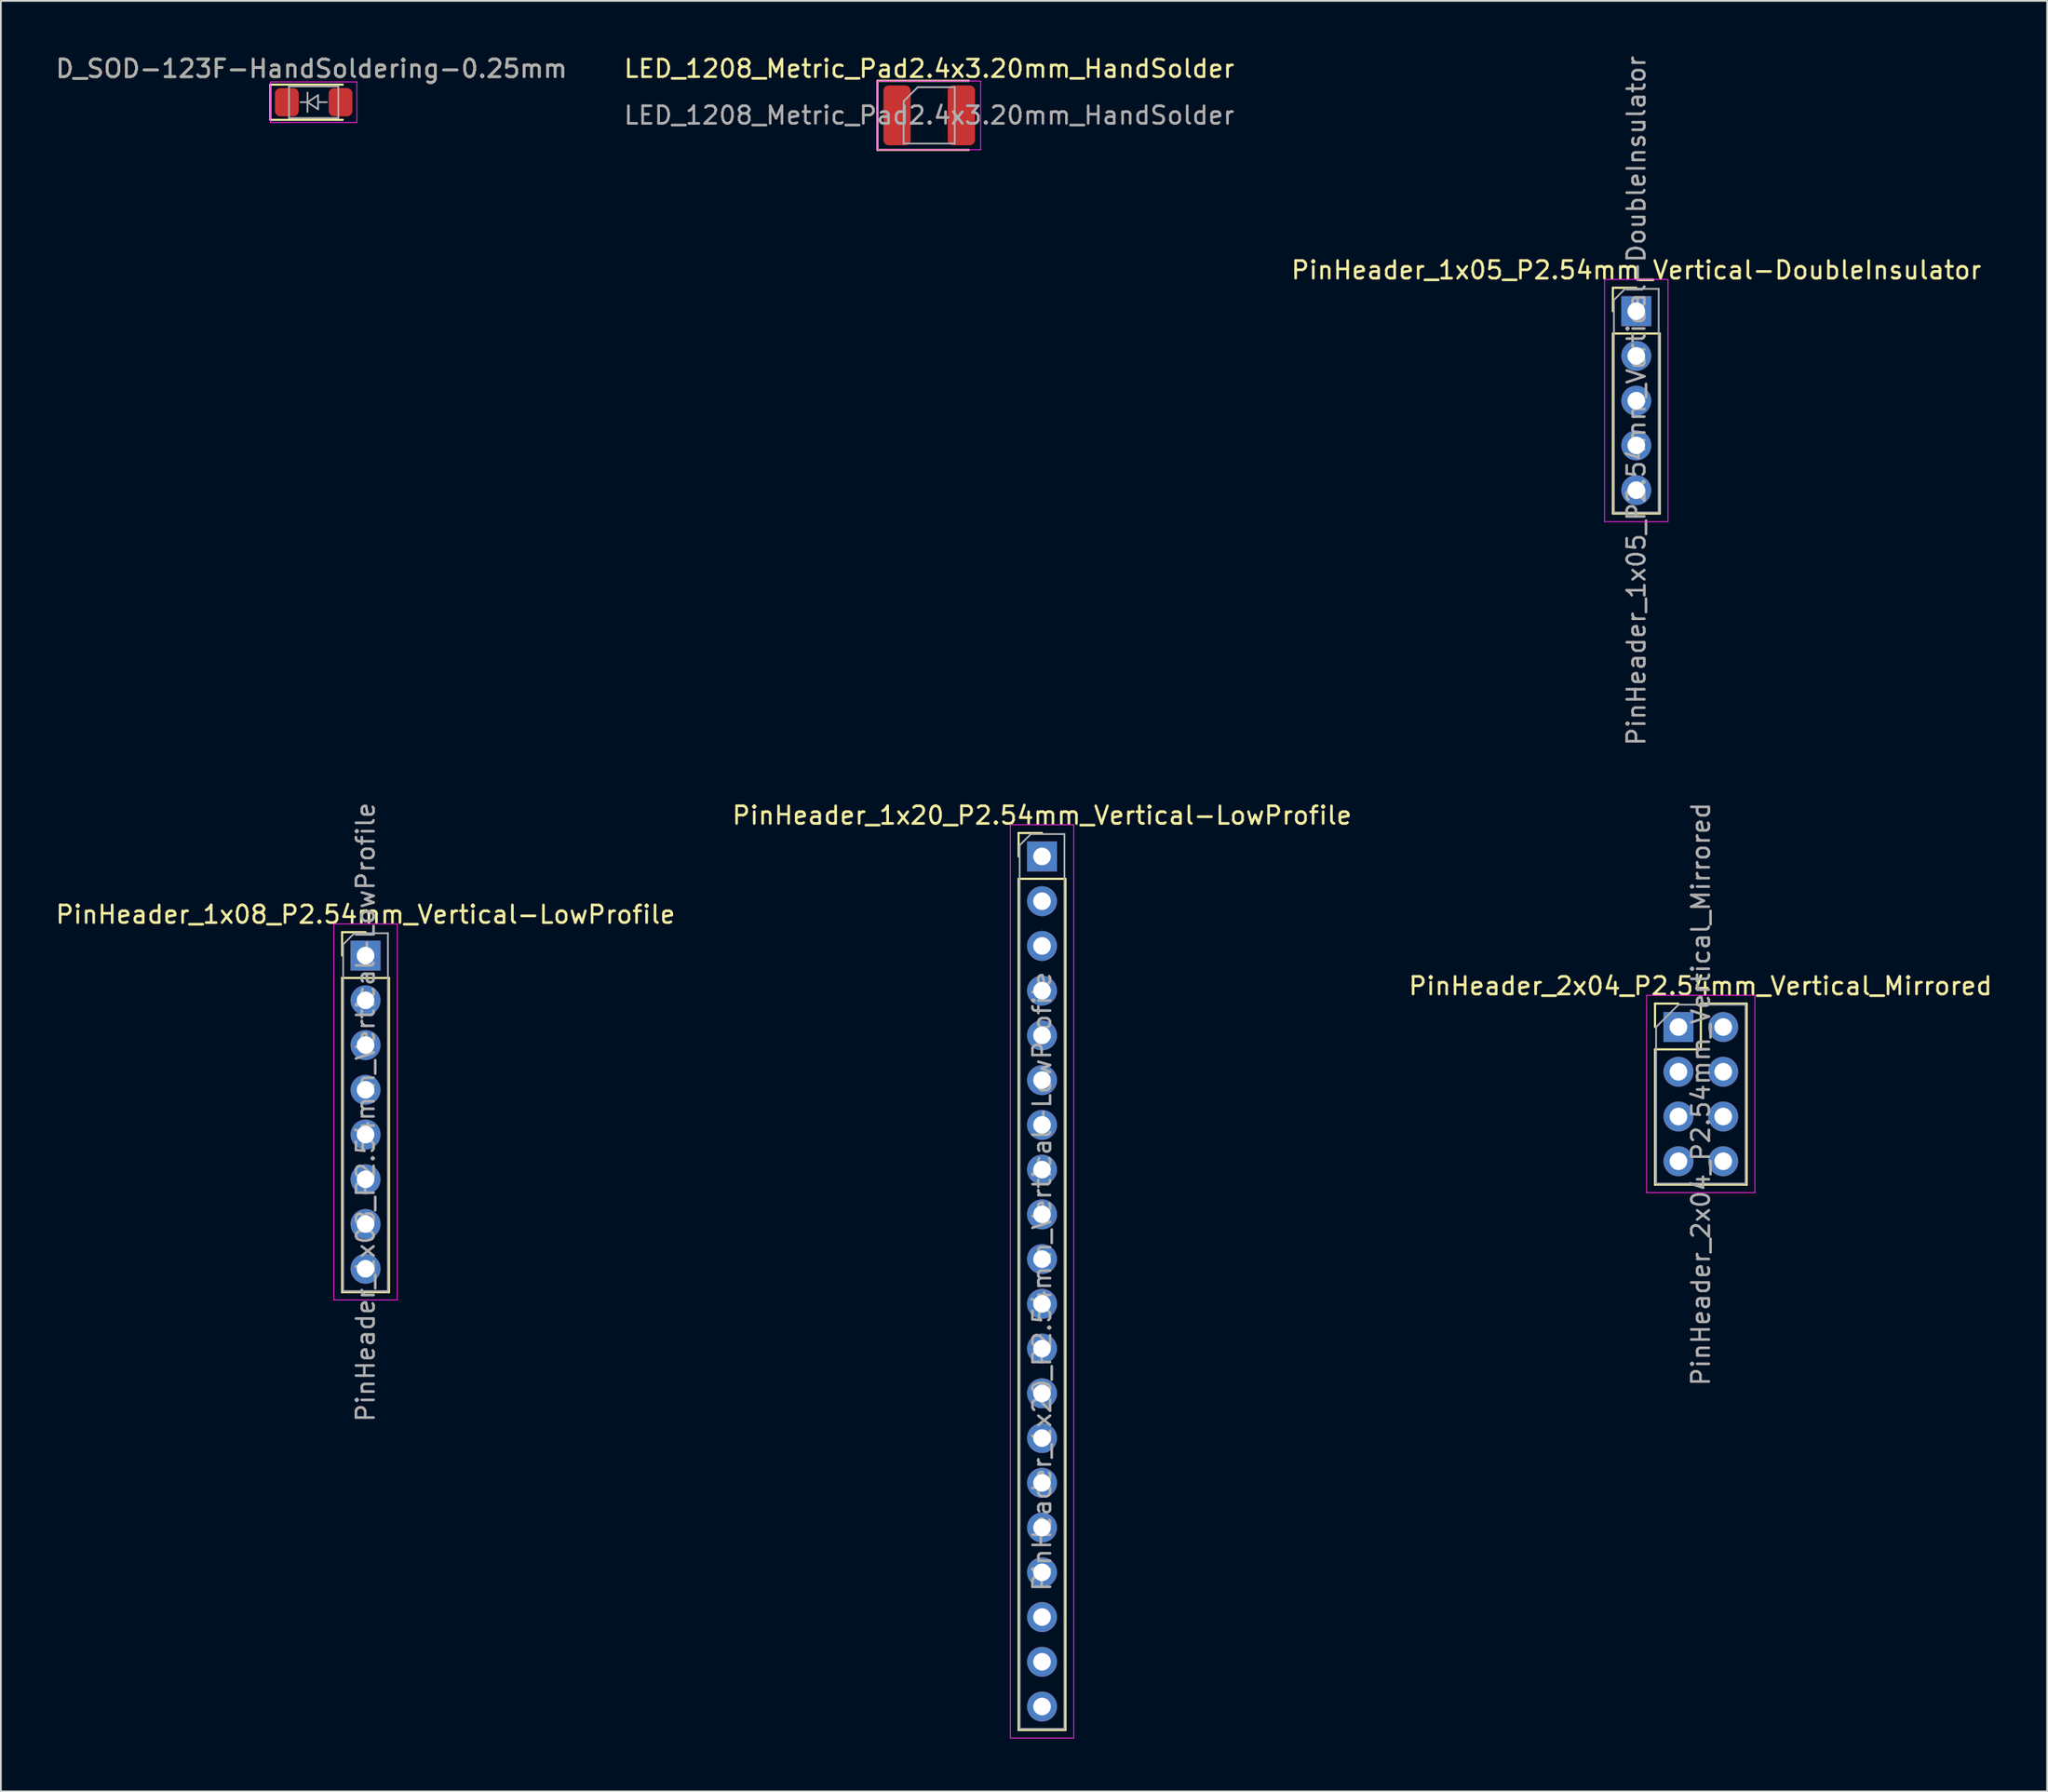
<source format=kicad_pcb>
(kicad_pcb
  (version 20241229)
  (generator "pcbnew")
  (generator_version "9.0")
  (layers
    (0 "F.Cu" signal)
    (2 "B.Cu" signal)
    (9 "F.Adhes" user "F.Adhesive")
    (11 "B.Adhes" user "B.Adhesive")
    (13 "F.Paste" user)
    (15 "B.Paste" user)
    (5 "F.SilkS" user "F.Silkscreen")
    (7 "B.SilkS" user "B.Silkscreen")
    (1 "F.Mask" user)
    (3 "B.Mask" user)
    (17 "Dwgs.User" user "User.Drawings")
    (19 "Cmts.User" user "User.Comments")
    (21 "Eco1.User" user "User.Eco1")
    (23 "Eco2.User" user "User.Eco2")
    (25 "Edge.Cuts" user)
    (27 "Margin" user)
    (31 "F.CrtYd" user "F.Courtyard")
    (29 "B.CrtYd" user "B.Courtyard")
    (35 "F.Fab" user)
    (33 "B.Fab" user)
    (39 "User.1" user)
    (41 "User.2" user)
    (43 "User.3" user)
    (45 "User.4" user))
  (footprint "LED_1208_Metric_Pad2.4x3.20mm_HandSolder"
    (layer "F.Cu")
    (at 49.685 3.498)
    (property "Reference" "LED_1208_Metric_Pad2.4x3.20mm_HandSolder" (at 0 -2.65 0) (layer "F.SilkS") (effects (font (size 1 1) (thickness 0.15))))
    (attr smd)
    (fp_line (start -2.935 -1.96) (end -2.935 1.96) (stroke (width 0.12) (type solid)) (layer "F.SilkS"))
    (fp_line (start -2.935 1.96) (end 2.25 1.96) (stroke (width 0.12) (type solid)) (layer "F.SilkS"))
    (fp_line (start 2.25 -1.96) (end -2.935 -1.96) (stroke (width 0.12) (type solid)) (layer "F.SilkS"))
    (fp_line (start -2.92 -1.95) (end 2.92 -1.95) (stroke (width 0.05) (type solid)) (layer "F.CrtYd"))
    (fp_line (start -2.92 1.95) (end -2.92 -1.95) (stroke (width 0.05) (type solid)) (layer "F.CrtYd"))
    (fp_line (start 2.92 -1.95) (end 2.92 1.95) (stroke (width 0.05) (type solid)) (layer "F.CrtYd"))
    (fp_line (start 2.92 1.95) (end -2.92 1.95) (stroke (width 0.05) (type solid)) (layer "F.CrtYd"))
    (fp_line (start -1.45 -0.8) (end -1.45 1.6) (stroke (width 0.1) (type solid)) (layer "F.Fab"))
    (fp_line (start -1.45 1.6) (end 1.45 1.6) (stroke (width 0.1) (type solid)) (layer "F.Fab"))
    (fp_line (start -0.65 -1.6) (end -1.45 -0.8) (stroke (width 0.1) (type solid)) (layer "F.Fab"))
    (fp_line (start 1.45 -1.6) (end -0.65 -1.6) (stroke (width 0.1) (type solid)) (layer "F.Fab"))
    (fp_line (start 1.45 1.6) (end 1.45 -1.6) (stroke (width 0.1) (type solid)) (layer "F.Fab"))
    (fp_text user "${REFERENCE}" (at 0 0 0) (layer "F.Fab") (effects (font (size 1 1) (thickness 0.15))))
    (pad "1" smd roundrect (at -1.825 0) (size 1.55 3.4) (layers "F.Cu" "F.Mask" "F.Paste") (roundrect_rratio 0.192))
    (pad "2" smd roundrect (at 1.825 0) (size 1.55 3.4) (layers "F.Cu" "F.Mask" "F.Paste") (roundrect_rratio 0.192)))
  (footprint "D_SOD-123F-HandSoldering-0.25mm"
    (layer "F.Cu")
    (at 14.752 2.753)
    (property "Reference" "D_SOD-123F-HandSoldering-0.25mm" (at -0.127 -1.905 0) (layer "F.SilkS") (effects (font (size 1 1) (thickness 0.15))))
    (attr smd)
    (fp_line (start -2.46 -1) (end -2.46 1) (stroke (width 0.12) (type solid)) (layer "F.SilkS"))
    (fp_line (start -2.46 -1) (end 1.65 -1) (stroke (width 0.12) (type solid)) (layer "F.SilkS"))
    (fp_line (start -2.46 1) (end 1.65 1) (stroke (width 0.12) (type solid)) (layer "F.SilkS"))
    (fp_line (start -2.45 -1.15) (end -2.45 1.15) (stroke (width 0.05) (type solid)) (layer "F.CrtYd"))
    (fp_line (start -2.45 -1.15) (end 2.45 -1.15) (stroke (width 0.05) (type solid)) (layer "F.CrtYd"))
    (fp_line (start 2.45 -1.15) (end 2.45 1.15) (stroke (width 0.05) (type solid)) (layer "F.CrtYd"))
    (fp_line (start 2.45 1.15) (end -2.45 1.15) (stroke (width 0.05) (type solid)) (layer "F.CrtYd"))
    (fp_line (start -1.4 -0.9) (end 1.4 -0.9) (stroke (width 0.1) (type solid)) (layer "F.Fab"))
    (fp_line (start -1.4 0.9) (end -1.4 -0.9) (stroke (width 0.1) (type solid)) (layer "F.Fab"))
    (fp_line (start -0.75 0) (end -0.35 0) (stroke (width 0.1) (type solid)) (layer "F.Fab"))
    (fp_line (start -0.35 0) (end -0.35 -0.55) (stroke (width 0.1) (type solid)) (layer "F.Fab"))
    (fp_line (start -0.35 0) (end -0.35 0.55) (stroke (width 0.1) (type solid)) (layer "F.Fab"))
    (fp_line (start -0.35 0) (end 0.25 -0.4) (stroke (width 0.1) (type solid)) (layer "F.Fab"))
    (fp_line (start 0.25 -0.4) (end 0.25 0.4) (stroke (width 0.1) (type solid)) (layer "F.Fab"))
    (fp_line (start 0.25 0) (end 0.75 0) (stroke (width 0.1) (type solid)) (layer "F.Fab"))
    (fp_line (start 0.25 0.4) (end -0.35 0) (stroke (width 0.1) (type solid)) (layer "F.Fab"))
    (fp_line (start 1.4 -0.9) (end 1.4 0.9) (stroke (width 0.1) (type solid)) (layer "F.Fab"))
    (fp_line (start 1.4 0.9) (end -1.4 0.9) (stroke (width 0.1) (type solid)) (layer "F.Fab"))
    (fp_text user "${REFERENCE}" (at -0.127 -1.905 0) (layer "F.Fab") (effects (font (size 1 1) (thickness 0.15))))
    (pad "1" smd roundrect (at -1.525 0) (size 1.35 1.6) (layers "F.Cu" "F.Mask" "F.Paste") (roundrect_rratio 0.227))
    (pad "2" smd roundrect (at 1.525 0) (size 1.35 1.6) (layers "F.Cu" "F.Mask" "F.Paste") (roundrect_rratio 0.227)))
  (footprint "PinHeader_2x04_P2.54mm_Vertical_Mirrored"
    (layer "F.Cu")
    (at 92.188 55.255)
    (property "Reference" "PinHeader_2x04_P2.54mm_Vertical_Mirrored" (at 1.27 -2.33 0) (layer "F.SilkS") (effects (font (size 1 1) (thickness 0.15))))
    (attr through_hole)
    (fp_line (start -1.31 -1.33) (end 0.02 -1.33) (stroke (width 0.12) (type solid)) (layer "F.SilkS"))
    (fp_line (start -1.31 0) (end -1.31 -1.33) (stroke (width 0.12) (type solid)) (layer "F.SilkS"))
    (fp_line (start -1.31 1.27) (end -1.31 8.95) (stroke (width 0.12) (type solid)) (layer "F.SilkS"))
    (fp_line (start -1.31 1.27) (end 1.29 1.27) (stroke (width 0.12) (type solid)) (layer "F.SilkS"))
    (fp_line (start -1.31 8.95) (end 3.89 8.95) (stroke (width 0.12) (type solid)) (layer "F.SilkS"))
    (fp_line (start 1.29 -1.33) (end 3.89 -1.33) (stroke (width 0.12) (type solid)) (layer "F.SilkS"))
    (fp_line (start 1.29 1.27) (end 1.29 -1.33) (stroke (width 0.12) (type solid)) (layer "F.SilkS"))
    (fp_line (start 3.89 -1.33) (end 3.89 8.95) (stroke (width 0.12) (type solid)) (layer "F.SilkS"))
    (fp_line (start -1.79 -1.8) (end 4.36 -1.8) (stroke (width 0.05) (type solid)) (layer "F.CrtYd"))
    (fp_line (start -1.79 9.4) (end -1.79 -1.8) (stroke (width 0.05) (type solid)) (layer "F.CrtYd"))
    (fp_line (start 4.36 -1.8) (end 4.36 9.4) (stroke (width 0.05) (type solid)) (layer "F.CrtYd"))
    (fp_line (start 4.36 9.4) (end -1.79 9.4) (stroke (width 0.05) (type solid)) (layer "F.CrtYd"))
    (fp_line (start -1.25 0) (end 0.02 -1.27) (stroke (width 0.1) (type solid)) (layer "F.Fab"))
    (fp_line (start -1.25 8.89) (end -1.25 0) (stroke (width 0.1) (type solid)) (layer "F.Fab"))
    (fp_line (start 0.02 -1.27) (end 3.83 -1.27) (stroke (width 0.1) (type solid)) (layer "F.Fab"))
    (fp_line (start 3.83 -1.27) (end 3.83 8.89) (stroke (width 0.1) (type solid)) (layer "F.Fab"))
    (fp_line (start 3.83 8.89) (end -1.25 8.89) (stroke (width 0.1) (type solid)) (layer "F.Fab"))
    (fp_text user "${REFERENCE}" (at 1.29 3.81 90) (layer "F.Fab") (effects (font (size 1 1) (thickness 0.15))))
    (pad "1" thru_hole rect (at 0.02 0) (size 1.7 1.7) (drill 1) (layers "*.Cu" "*.Mask"))
    (pad "2" thru_hole oval (at 0.02 2.54) (size 1.7 1.7) (drill 1) (layers "*.Cu" "*.Mask"))
    (pad "3" thru_hole oval (at 0.02 5.08) (size 1.7 1.7) (drill 1) (layers "*.Cu" "*.Mask"))
    (pad "4" thru_hole oval (at 0.02 7.62) (size 1.7 1.7) (drill 1) (layers "*.Cu" "*.Mask"))
    (pad "5" thru_hole oval (at 2.56 0) (size 1.7 1.7) (drill 1) (layers "*.Cu" "*.Mask"))
    (pad "6" thru_hole oval (at 2.56 2.54) (size 1.7 1.7) (drill 1) (layers "*.Cu" "*.Mask"))
    (pad "7" thru_hole oval (at 2.56 5.08) (size 1.7 1.7) (drill 1) (layers "*.Cu" "*.Mask"))
    (pad "8" thru_hole oval (at 2.56 7.62) (size 1.7 1.7) (drill 1) (layers "*.Cu" "*.Mask")))
  (footprint "PinHeader_1x05_P2.54mm_Vertical-DoubleInsulator"
    (layer "F.Cu")
    (at 89.815 14.616)
    (property "Reference" "PinHeader_1x05_P2.54mm_Vertical-DoubleInsulator" (at 0 -2.33 0) (layer "F.SilkS") (effects (font (size 1 1) (thickness 0.15))))
    (attr through_hole)
    (fp_line (start -1.33 -1.33) (end 0 -1.33) (stroke (width 0.12) (type solid)) (layer "F.SilkS"))
    (fp_line (start -1.33 0) (end -1.33 -1.33) (stroke (width 0.12) (type solid)) (layer "F.SilkS"))
    (fp_line (start -1.33 1.27) (end -1.33 11.49) (stroke (width 0.12) (type solid)) (layer "F.SilkS"))
    (fp_line (start -1.33 1.27) (end 1.33 1.27) (stroke (width 0.12) (type solid)) (layer "F.SilkS"))
    (fp_line (start -1.33 11.49) (end 1.33 11.49) (stroke (width 0.12) (type solid)) (layer "F.SilkS"))
    (fp_line (start 1.33 1.27) (end 1.33 11.49) (stroke (width 0.12) (type solid)) (layer "F.SilkS"))
    (fp_line (start -1.8 -1.8) (end -1.8 11.95) (stroke (width 0.05) (type solid)) (layer "F.CrtYd"))
    (fp_line (start -1.8 11.95) (end 1.8 11.95) (stroke (width 0.05) (type solid)) (layer "F.CrtYd"))
    (fp_line (start 1.8 -1.8) (end -1.8 -1.8) (stroke (width 0.05) (type solid)) (layer "F.CrtYd"))
    (fp_line (start 1.8 11.95) (end 1.8 -1.8) (stroke (width 0.05) (type solid)) (layer "F.CrtYd"))
    (fp_line (start -1.27 -0.635) (end -0.635 -1.27) (stroke (width 0.1) (type solid)) (layer "F.Fab"))
    (fp_line (start -1.27 11.43) (end -1.27 -0.635) (stroke (width 0.1) (type solid)) (layer "F.Fab"))
    (fp_line (start -0.635 -1.27) (end 1.27 -1.27) (stroke (width 0.1) (type solid)) (layer "F.Fab"))
    (fp_line (start 1.27 -1.27) (end 1.27 11.43) (stroke (width 0.1) (type solid)) (layer "F.Fab"))
    (fp_line (start 1.27 11.43) (end -1.27 11.43) (stroke (width 0.1) (type solid)) (layer "F.Fab"))
    (fp_text user "${REFERENCE}" (at 0 5.08 90) (layer "F.Fab") (effects (font (size 1 1) (thickness 0.15))))
    (pad "1" thru_hole rect (at 0 0) (size 1.7 1.7) (drill 1) (layers "*.Cu" "*.Mask"))
    (pad "2" thru_hole oval (at 0 2.54) (size 1.7 1.7) (drill 1) (layers "*.Cu" "*.Mask"))
    (pad "3" thru_hole oval (at 0 5.08) (size 1.7 1.7) (drill 1) (layers "*.Cu" "*.Mask"))
    (pad "4" thru_hole oval (at 0 7.62) (size 1.7 1.7) (drill 1) (layers "*.Cu" "*.Mask"))
    (pad "5" thru_hole oval (at 0 10.16) (size 1.7 1.7) (drill 1) (layers "*.Cu" "*.Mask")))
  (footprint "PinHeader_1x20_P2.54mm_Vertical-LowProfile"
    (layer "F.Cu")
    (at 56.089 45.571)
    (property "Reference" "PinHeader_1x20_P2.54mm_Vertical-LowProfile" (at 0 -2.33 0) (layer "F.SilkS") (effects (font (size 1 1) (thickness 0.15))))
    (attr through_hole)
    (fp_line (start -1.33 -1.33) (end 0 -1.33) (stroke (width 0.12) (type solid)) (layer "F.SilkS"))
    (fp_line (start -1.33 0) (end -1.33 -1.33) (stroke (width 0.12) (type solid)) (layer "F.SilkS"))
    (fp_line (start -1.33 1.27) (end -1.33 49.59) (stroke (width 0.12) (type solid)) (layer "F.SilkS"))
    (fp_line (start -1.33 1.27) (end 1.33 1.27) (stroke (width 0.12) (type solid)) (layer "F.SilkS"))
    (fp_line (start -1.33 49.59) (end 1.33 49.59) (stroke (width 0.12) (type solid)) (layer "F.SilkS"))
    (fp_line (start 1.33 1.27) (end 1.33 49.59) (stroke (width 0.12) (type solid)) (layer "F.SilkS"))
    (fp_line (start -1.8 -1.8) (end -1.8 50.05) (stroke (width 0.05) (type solid)) (layer "F.CrtYd"))
    (fp_line (start -1.8 50.05) (end 1.8 50.05) (stroke (width 0.05) (type solid)) (layer "F.CrtYd"))
    (fp_line (start 1.8 -1.8) (end -1.8 -1.8) (stroke (width 0.05) (type solid)) (layer "F.CrtYd"))
    (fp_line (start 1.8 50.05) (end 1.8 -1.8) (stroke (width 0.05) (type solid)) (layer "F.CrtYd"))
    (fp_line (start -1.27 -0.635) (end -0.635 -1.27) (stroke (width 0.1) (type solid)) (layer "F.Fab"))
    (fp_line (start -1.27 49.53) (end -1.27 -0.635) (stroke (width 0.1) (type solid)) (layer "F.Fab"))
    (fp_line (start -0.635 -1.27) (end 1.27 -1.27) (stroke (width 0.1) (type solid)) (layer "F.Fab"))
    (fp_line (start 1.27 -1.27) (end 1.27 49.53) (stroke (width 0.1) (type solid)) (layer "F.Fab"))
    (fp_line (start 1.27 49.53) (end -1.27 49.53) (stroke (width 0.1) (type solid)) (layer "F.Fab"))
    (fp_text user "${REFERENCE}" (at 0 24.13 90) (layer "F.Fab") (effects (font (size 1 1) (thickness 0.15))))
    (pad "1" thru_hole rect (at 0 0) (size 1.7 1.7) (drill 1) (layers "*.Cu" "*.Mask"))
    (pad "2" thru_hole oval (at 0 2.54) (size 1.7 1.7) (drill 1) (layers "*.Cu" "*.Mask"))
    (pad "3" thru_hole oval (at 0 5.08) (size 1.7 1.7) (drill 1) (layers "*.Cu" "*.Mask"))
    (pad "4" thru_hole oval (at 0 7.62) (size 1.7 1.7) (drill 1) (layers "*.Cu" "*.Mask"))
    (pad "5" thru_hole oval (at 0 10.16) (size 1.7 1.7) (drill 1) (layers "*.Cu" "*.Mask"))
    (pad "6" thru_hole oval (at 0 12.7) (size 1.7 1.7) (drill 1) (layers "*.Cu" "*.Mask"))
    (pad "7" thru_hole oval (at 0 15.24) (size 1.7 1.7) (drill 1) (layers "*.Cu" "*.Mask"))
    (pad "8" thru_hole oval (at 0 17.78) (size 1.7 1.7) (drill 1) (layers "*.Cu" "*.Mask"))
    (pad "9" thru_hole oval (at 0 20.32) (size 1.7 1.7) (drill 1) (layers "*.Cu" "*.Mask"))
    (pad "10" thru_hole oval (at 0 22.86) (size 1.7 1.7) (drill 1) (layers "*.Cu" "*.Mask"))
    (pad "11" thru_hole oval (at 0 25.4) (size 1.7 1.7) (drill 1) (layers "*.Cu" "*.Mask"))
    (pad "12" thru_hole oval (at 0 27.94) (size 1.7 1.7) (drill 1) (layers "*.Cu" "*.Mask"))
    (pad "13" thru_hole oval (at 0 30.48) (size 1.7 1.7) (drill 1) (layers "*.Cu" "*.Mask"))
    (pad "14" thru_hole oval (at 0 33.02) (size 1.7 1.7) (drill 1) (layers "*.Cu" "*.Mask"))
    (pad "15" thru_hole oval (at 0 35.56) (size 1.7 1.7) (drill 1) (layers "*.Cu" "*.Mask"))
    (pad "16" thru_hole oval (at 0 38.1) (size 1.7 1.7) (drill 1) (layers "*.Cu" "*.Mask"))
    (pad "17" thru_hole oval (at 0 40.64) (size 1.7 1.7) (drill 1) (layers "*.Cu" "*.Mask"))
    (pad "18" thru_hole oval (at 0 43.18) (size 1.7 1.7) (drill 1) (layers "*.Cu" "*.Mask"))
    (pad "19" thru_hole oval (at 0 45.72) (size 1.7 1.7) (drill 1) (layers "*.Cu" "*.Mask"))
    (pad "20" thru_hole oval (at 0 48.26) (size 1.7 1.7) (drill 1) (layers "*.Cu" "*.Mask")))
  (footprint "PinHeader_1x08_P2.54mm_Vertical-LowProfile"
    (layer "F.Cu")
    (at 17.696 51.199)
    (property "Reference" "PinHeader_1x08_P2.54mm_Vertical-LowProfile" (at 0 -2.33 0) (layer "F.SilkS") (effects (font (size 1 1) (thickness 0.15))))
    (attr through_hole)
    (fp_line (start -1.33 -1.33) (end 0 -1.33) (stroke (width 0.12) (type solid)) (layer "F.SilkS"))
    (fp_line (start -1.33 0) (end -1.33 -1.33) (stroke (width 0.12) (type solid)) (layer "F.SilkS"))
    (fp_line (start -1.33 1.27) (end -1.33 19.11) (stroke (width 0.12) (type solid)) (layer "F.SilkS"))
    (fp_line (start -1.33 1.27) (end 1.33 1.27) (stroke (width 0.12) (type solid)) (layer "F.SilkS"))
    (fp_line (start -1.33 19.11) (end 1.33 19.11) (stroke (width 0.12) (type solid)) (layer "F.SilkS"))
    (fp_line (start 1.33 1.27) (end 1.33 19.11) (stroke (width 0.12) (type solid)) (layer "F.SilkS"))
    (fp_line (start -1.8 -1.8) (end -1.8 19.55) (stroke (width 0.05) (type solid)) (layer "F.CrtYd"))
    (fp_line (start -1.8 19.55) (end 1.8 19.55) (stroke (width 0.05) (type solid)) (layer "F.CrtYd"))
    (fp_line (start 1.8 -1.8) (end -1.8 -1.8) (stroke (width 0.05) (type solid)) (layer "F.CrtYd"))
    (fp_line (start 1.8 19.55) (end 1.8 -1.8) (stroke (width 0.05) (type solid)) (layer "F.CrtYd"))
    (fp_line (start -1.27 -0.635) (end -0.635 -1.27) (stroke (width 0.1) (type solid)) (layer "F.Fab"))
    (fp_line (start -1.27 19.05) (end -1.27 -0.635) (stroke (width 0.1) (type solid)) (layer "F.Fab"))
    (fp_line (start -0.635 -1.27) (end 1.27 -1.27) (stroke (width 0.1) (type solid)) (layer "F.Fab"))
    (fp_line (start 1.27 -1.27) (end 1.27 19.05) (stroke (width 0.1) (type solid)) (layer "F.Fab"))
    (fp_line (start 1.27 19.05) (end -1.27 19.05) (stroke (width 0.1) (type solid)) (layer "F.Fab"))
    (fp_text user "${REFERENCE}" (at 0 8.89 90) (layer "F.Fab") (effects (font (size 1 1) (thickness 0.15))))
    (pad "1" thru_hole rect (at 0 0) (size 1.7 1.7) (drill 1) (layers "*.Cu" "*.Mask"))
    (pad "2" thru_hole oval (at 0 2.54) (size 1.7 1.7) (drill 1) (layers "*.Cu" "*.Mask"))
    (pad "3" thru_hole oval (at 0 5.08) (size 1.7 1.7) (drill 1) (layers "*.Cu" "*.Mask"))
    (pad "4" thru_hole oval (at 0 7.62) (size 1.7 1.7) (drill 1) (layers "*.Cu" "*.Mask"))
    (pad "5" thru_hole oval (at 0 10.16) (size 1.7 1.7) (drill 1) (layers "*.Cu" "*.Mask"))
    (pad "6" thru_hole oval (at 0 12.7) (size 1.7 1.7) (drill 1) (layers "*.Cu" "*.Mask"))
    (pad "7" thru_hole oval (at 0 15.24) (size 1.7 1.7) (drill 1) (layers "*.Cu" "*.Mask"))
    (pad "8" thru_hole oval (at 0 17.78) (size 1.7 1.7) (drill 1) (layers "*.Cu" "*.Mask")))
  (gr_rect
    (start -3 -3)
    (end 113.131 98.646)
    (stroke (width 0.1) (type default))
    (fill no)
    (layer "Edge.Cuts")))
</source>
